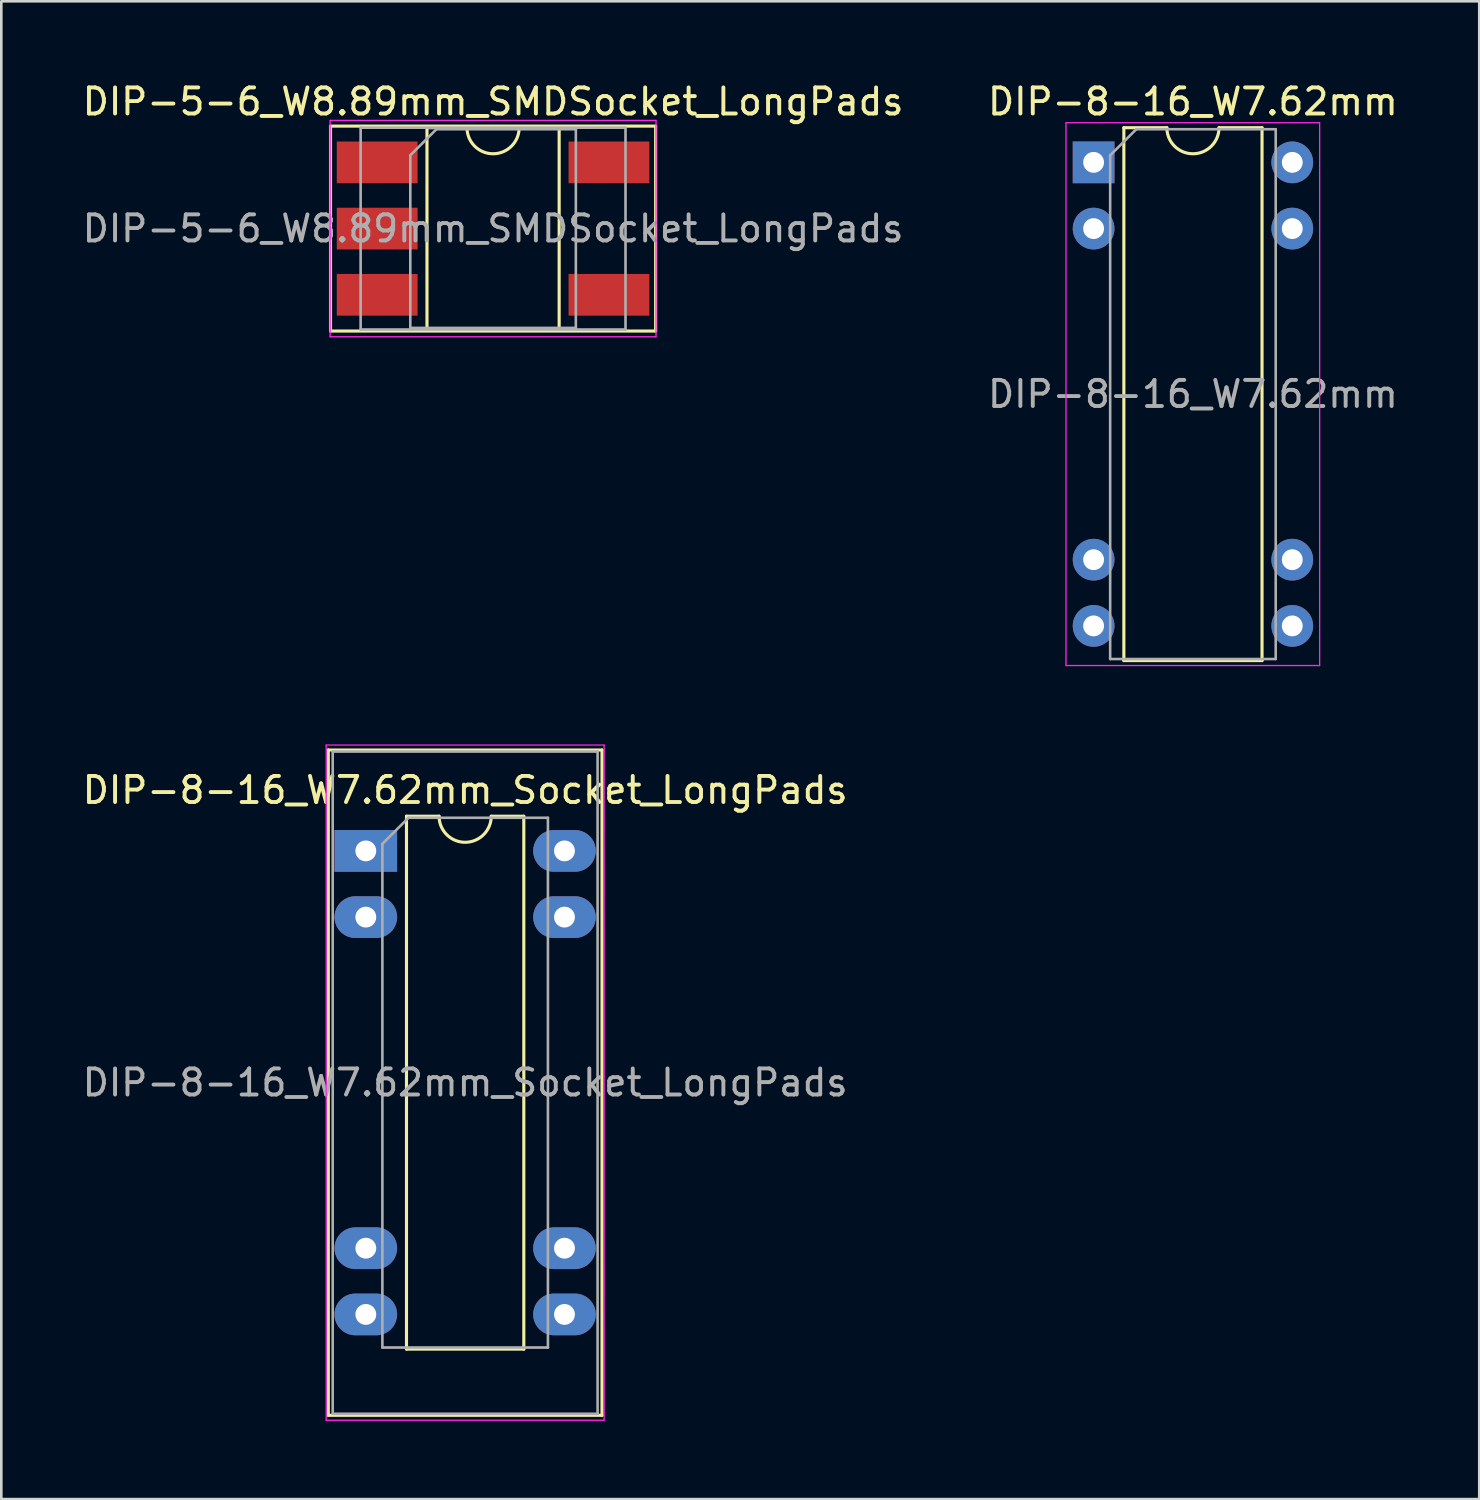
<source format=kicad_pcb>
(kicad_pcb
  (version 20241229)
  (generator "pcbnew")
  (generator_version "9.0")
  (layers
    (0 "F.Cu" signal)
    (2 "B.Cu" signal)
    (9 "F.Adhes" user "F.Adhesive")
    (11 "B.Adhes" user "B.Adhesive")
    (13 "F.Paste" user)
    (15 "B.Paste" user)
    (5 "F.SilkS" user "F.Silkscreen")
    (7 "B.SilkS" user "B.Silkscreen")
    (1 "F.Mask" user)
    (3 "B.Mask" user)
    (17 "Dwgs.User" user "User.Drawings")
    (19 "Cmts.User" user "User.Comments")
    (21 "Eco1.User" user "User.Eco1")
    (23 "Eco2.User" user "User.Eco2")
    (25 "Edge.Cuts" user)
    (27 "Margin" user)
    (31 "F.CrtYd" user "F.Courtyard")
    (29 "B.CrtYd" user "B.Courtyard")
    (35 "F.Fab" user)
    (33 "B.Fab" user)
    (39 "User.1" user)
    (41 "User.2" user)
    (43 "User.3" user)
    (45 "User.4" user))
  (footprint "DIP-8-16_W7.62mm"
    (layer "F.Cu")
    (at 38.898 3.178)
    (property "Reference" "DIP-8-16_W7.62mm" (at 3.81 -2.33 0) (layer "F.SilkS") (effects (font (size 1 1) (thickness 0.15))))
    (attr through_hole)
    (fp_line (start 1.16 -1.33) (end 1.16 19.11) (stroke (width 0.12) (type solid)) (layer "F.SilkS"))
    (fp_line (start 1.16 19.11) (end 6.46 19.11) (stroke (width 0.12) (type solid)) (layer "F.SilkS"))
    (fp_line (start 2.81 -1.33) (end 1.16 -1.33) (stroke (width 0.12) (type solid)) (layer "F.SilkS"))
    (fp_line (start 6.46 -1.33) (end 4.81 -1.33) (stroke (width 0.12) (type solid)) (layer "F.SilkS"))
    (fp_line (start 6.46 19.11) (end 6.46 -1.33) (stroke (width 0.12) (type solid)) (layer "F.SilkS"))
    (fp_arc (start 4.81 -1.33) (mid 3.81 -0.33) (end 2.81 -1.33) (stroke (width 0.12) (type solid)) (layer "F.SilkS"))
    (fp_line (start -1.06 -1.52) (end -1.06 19.3) (stroke (width 0.05) (type solid)) (layer "F.CrtYd"))
    (fp_line (start -1.06 19.3) (end 8.67 19.3) (stroke (width 0.05) (type solid)) (layer "F.CrtYd"))
    (fp_line (start 8.67 -1.52) (end -1.06 -1.52) (stroke (width 0.05) (type solid)) (layer "F.CrtYd"))
    (fp_line (start 8.67 19.3) (end 8.67 -1.52) (stroke (width 0.05) (type solid)) (layer "F.CrtYd"))
    (fp_line (start 0.635 -0.27) (end 1.635 -1.27) (stroke (width 0.1) (type solid)) (layer "F.Fab"))
    (fp_line (start 0.635 19.05) (end 0.635 -0.27) (stroke (width 0.1) (type solid)) (layer "F.Fab"))
    (fp_line (start 1.635 -1.27) (end 6.985 -1.27) (stroke (width 0.1) (type solid)) (layer "F.Fab"))
    (fp_line (start 6.985 -1.27) (end 6.985 19.05) (stroke (width 0.1) (type solid)) (layer "F.Fab"))
    (fp_line (start 6.985 19.05) (end 0.635 19.05) (stroke (width 0.1) (type solid)) (layer "F.Fab"))
    (fp_text user "${REFERENCE}" (at 3.81 8.89 0) (layer "F.Fab") (effects (font (size 1 1) (thickness 0.15))))
    (pad "1" thru_hole rect (at 0 0) (size 1.6 1.6) (drill 0.8) (layers "*.Cu" "*.Mask"))
    (pad "2" thru_hole circle (at 0 2.54) (size 1.6 1.6) (drill 0.8) (layers "*.Cu" "*.Mask"))
    (pad "3" thru_hole circle (at 0 15.24) (size 1.6 1.6) (drill 0.8) (layers "*.Cu" "*.Mask"))
    (pad "4" thru_hole circle (at 0 17.78) (size 1.6 1.6) (drill 0.8) (layers "*.Cu" "*.Mask"))
    (pad "5" thru_hole circle (at 7.62 17.78) (size 1.6 1.6) (drill 0.8) (layers "*.Cu" "*.Mask"))
    (pad "6" thru_hole circle (at 7.62 15.24) (size 1.6 1.6) (drill 0.8) (layers "*.Cu" "*.Mask"))
    (pad "7" thru_hole circle (at 7.62 2.54) (size 1.6 1.6) (drill 0.8) (layers "*.Cu" "*.Mask"))
    (pad "8" thru_hole circle (at 7.62 0) (size 1.6 1.6) (drill 0.8) (layers "*.Cu" "*.Mask")))
  (footprint "DIP-5-6_W8.89mm_SMDSocket_LongPads"
    (layer "F.Cu")
    (at 15.863 5.718)
    (property "Reference" "DIP-5-6_W8.89mm_SMDSocket_LongPads" (at 0 -4.87 0) (layer "F.SilkS") (effects (font (size 1 1) (thickness 0.15))))
    (attr smd)
    (fp_line (start -6.235 -3.93) (end -6.235 3.93) (stroke (width 0.12) (type solid)) (layer "F.SilkS"))
    (fp_line (start -6.235 3.93) (end 6.235 3.93) (stroke (width 0.12) (type solid)) (layer "F.SilkS"))
    (fp_line (start -2.535 -3.87) (end -2.535 3.87) (stroke (width 0.12) (type solid)) (layer "F.SilkS"))
    (fp_line (start -2.535 3.87) (end 2.535 3.87) (stroke (width 0.12) (type solid)) (layer "F.SilkS"))
    (fp_line (start -1 -3.87) (end -2.535 -3.87) (stroke (width 0.12) (type solid)) (layer "F.SilkS"))
    (fp_line (start 2.535 -3.87) (end 1 -3.87) (stroke (width 0.12) (type solid)) (layer "F.SilkS"))
    (fp_line (start 2.535 3.87) (end 2.535 -3.87) (stroke (width 0.12) (type solid)) (layer "F.SilkS"))
    (fp_line (start 6.235 -3.93) (end -6.235 -3.93) (stroke (width 0.12) (type solid)) (layer "F.SilkS"))
    (fp_line (start 6.235 3.93) (end 6.235 -3.93) (stroke (width 0.12) (type solid)) (layer "F.SilkS"))
    (fp_arc (start 1 -3.87) (mid 0 -2.87) (end -1 -3.87) (stroke (width 0.12) (type solid)) (layer "F.SilkS"))
    (fp_line (start -6.25 -4.15) (end -6.25 4.15) (stroke (width 0.05) (type solid)) (layer "F.CrtYd"))
    (fp_line (start -6.25 4.15) (end 6.25 4.15) (stroke (width 0.05) (type solid)) (layer "F.CrtYd"))
    (fp_line (start 6.25 -4.15) (end -6.25 -4.15) (stroke (width 0.05) (type solid)) (layer "F.CrtYd"))
    (fp_line (start 6.25 4.15) (end 6.25 -4.15) (stroke (width 0.05) (type solid)) (layer "F.CrtYd"))
    (fp_line (start -5.08 -3.87) (end -5.08 3.87) (stroke (width 0.1) (type solid)) (layer "F.Fab"))
    (fp_line (start -5.08 3.87) (end 5.08 3.87) (stroke (width 0.1) (type solid)) (layer "F.Fab"))
    (fp_line (start -3.175 -2.81) (end -2.175 -3.81) (stroke (width 0.1) (type solid)) (layer "F.Fab"))
    (fp_line (start -3.175 3.81) (end -3.175 -2.81) (stroke (width 0.1) (type solid)) (layer "F.Fab"))
    (fp_line (start -2.175 -3.81) (end 3.175 -3.81) (stroke (width 0.1) (type solid)) (layer "F.Fab"))
    (fp_line (start 3.175 -3.81) (end 3.175 3.81) (stroke (width 0.1) (type solid)) (layer "F.Fab"))
    (fp_line (start 3.175 3.81) (end -3.175 3.81) (stroke (width 0.1) (type solid)) (layer "F.Fab"))
    (fp_line (start 5.08 -3.87) (end -5.08 -3.87) (stroke (width 0.1) (type solid)) (layer "F.Fab"))
    (fp_line (start 5.08 3.87) (end 5.08 -3.87) (stroke (width 0.1) (type solid)) (layer "F.Fab"))
    (fp_text user "${REFERENCE}" (at 0 0 0) (layer "F.Fab") (effects (font (size 1 1) (thickness 0.15))))
    (pad "1" smd rect (at -4.445 -2.54) (size 3.1 1.6) (layers "F.Cu" "F.Mask" "F.Paste"))
    (pad "2" smd rect (at -4.445 0) (size 3.1 1.6) (layers "F.Cu" "F.Mask" "F.Paste"))
    (pad "3" smd rect (at -4.445 2.54) (size 3.1 1.6) (layers "F.Cu" "F.Mask" "F.Paste"))
    (pad "4" smd rect (at 4.445 2.54) (size 3.1 1.6) (layers "F.Cu" "F.Mask" "F.Paste"))
    (pad "6" smd rect (at 4.445 -2.54) (size 3.1 1.6) (layers "F.Cu" "F.Mask" "F.Paste")))
  (footprint "DIP-8-16_W7.62mm_Socket_LongPads"
    (layer "F.Cu")
    (at 10.982 29.588)
    (property "Reference" "DIP-8-16_W7.62mm_Socket_LongPads" (at 3.81 -2.33 0) (layer "F.SilkS") (effects (font (size 1 1) (thickness 0.15))))
    (attr through_hole)
    (fp_line (start -1.44 -3.87) (end -1.44 21.65) (stroke (width 0.12) (type solid)) (layer "F.SilkS"))
    (fp_line (start -1.44 21.65) (end 9.06 21.65) (stroke (width 0.12) (type solid)) (layer "F.SilkS"))
    (fp_line (start 1.56 -1.33) (end 1.56 19.11) (stroke (width 0.12) (type solid)) (layer "F.SilkS"))
    (fp_line (start 1.56 19.11) (end 6.06 19.11) (stroke (width 0.12) (type solid)) (layer "F.SilkS"))
    (fp_line (start 2.81 -1.33) (end 1.56 -1.33) (stroke (width 0.12) (type solid)) (layer "F.SilkS"))
    (fp_line (start 6.06 -1.33) (end 4.81 -1.33) (stroke (width 0.12) (type solid)) (layer "F.SilkS"))
    (fp_line (start 6.06 19.11) (end 6.06 -1.33) (stroke (width 0.12) (type solid)) (layer "F.SilkS"))
    (fp_line (start 9.06 -3.87) (end -1.44 -3.87) (stroke (width 0.12) (type solid)) (layer "F.SilkS"))
    (fp_line (start 9.06 21.65) (end 9.06 -3.87) (stroke (width 0.12) (type solid)) (layer "F.SilkS"))
    (fp_arc (start 4.81 -1.33) (mid 3.81 -0.33) (end 2.81 -1.33) (stroke (width 0.12) (type solid)) (layer "F.SilkS"))
    (fp_line (start -1.52 -4.06) (end -1.52 21.84) (stroke (width 0.05) (type solid)) (layer "F.CrtYd"))
    (fp_line (start -1.52 21.84) (end 9.14 21.84) (stroke (width 0.05) (type solid)) (layer "F.CrtYd"))
    (fp_line (start 9.14 -4.06) (end -1.52 -4.06) (stroke (width 0.05) (type solid)) (layer "F.CrtYd"))
    (fp_line (start 9.14 21.84) (end 9.14 -4.06) (stroke (width 0.05) (type solid)) (layer "F.CrtYd"))
    (fp_line (start -1.27 -3.81) (end -1.27 21.59) (stroke (width 0.1) (type solid)) (layer "F.Fab"))
    (fp_line (start -1.27 21.59) (end 8.89 21.59) (stroke (width 0.1) (type solid)) (layer "F.Fab"))
    (fp_line (start 0.635 -0.27) (end 1.635 -1.27) (stroke (width 0.1) (type solid)) (layer "F.Fab"))
    (fp_line (start 0.635 19.05) (end 0.635 -0.27) (stroke (width 0.1) (type solid)) (layer "F.Fab"))
    (fp_line (start 1.635 -1.27) (end 6.985 -1.27) (stroke (width 0.1) (type solid)) (layer "F.Fab"))
    (fp_line (start 6.985 -1.27) (end 6.985 19.05) (stroke (width 0.1) (type solid)) (layer "F.Fab"))
    (fp_line (start 6.985 19.05) (end 0.635 19.05) (stroke (width 0.1) (type solid)) (layer "F.Fab"))
    (fp_line (start 8.89 -3.81) (end -1.27 -3.81) (stroke (width 0.1) (type solid)) (layer "F.Fab"))
    (fp_line (start 8.89 21.59) (end 8.89 -3.81) (stroke (width 0.1) (type solid)) (layer "F.Fab"))
    (fp_text user "${REFERENCE}" (at 3.81 8.89 0) (layer "F.Fab") (effects (font (size 1 1) (thickness 0.15))))
    (pad "1" thru_hole rect (at 0 0) (size 2.4 1.6) (drill 0.8) (layers "*.Cu" "*.Mask"))
    (pad "2" thru_hole oval (at 0 2.54) (size 2.4 1.6) (drill 0.8) (layers "*.Cu" "*.Mask"))
    (pad "3" thru_hole oval (at 0 15.24) (size 2.4 1.6) (drill 0.8) (layers "*.Cu" "*.Mask"))
    (pad "4" thru_hole oval (at 0 17.78) (size 2.4 1.6) (drill 0.8) (layers "*.Cu" "*.Mask"))
    (pad "5" thru_hole oval (at 7.62 17.78) (size 2.4 1.6) (drill 0.8) (layers "*.Cu" "*.Mask"))
    (pad "6" thru_hole oval (at 7.62 15.24) (size 2.4 1.6) (drill 0.8) (layers "*.Cu" "*.Mask"))
    (pad "7" thru_hole oval (at 7.62 2.54) (size 2.4 1.6) (drill 0.8) (layers "*.Cu" "*.Mask"))
    (pad "8" thru_hole oval (at 7.62 0) (size 2.4 1.6) (drill 0.8) (layers "*.Cu" "*.Mask")))
  (gr_rect
    (start -3 -3)
    (end 53.69 54.453)
    (stroke (width 0.1) (type default))
    (fill no)
    (layer "Edge.Cuts")))
</source>
